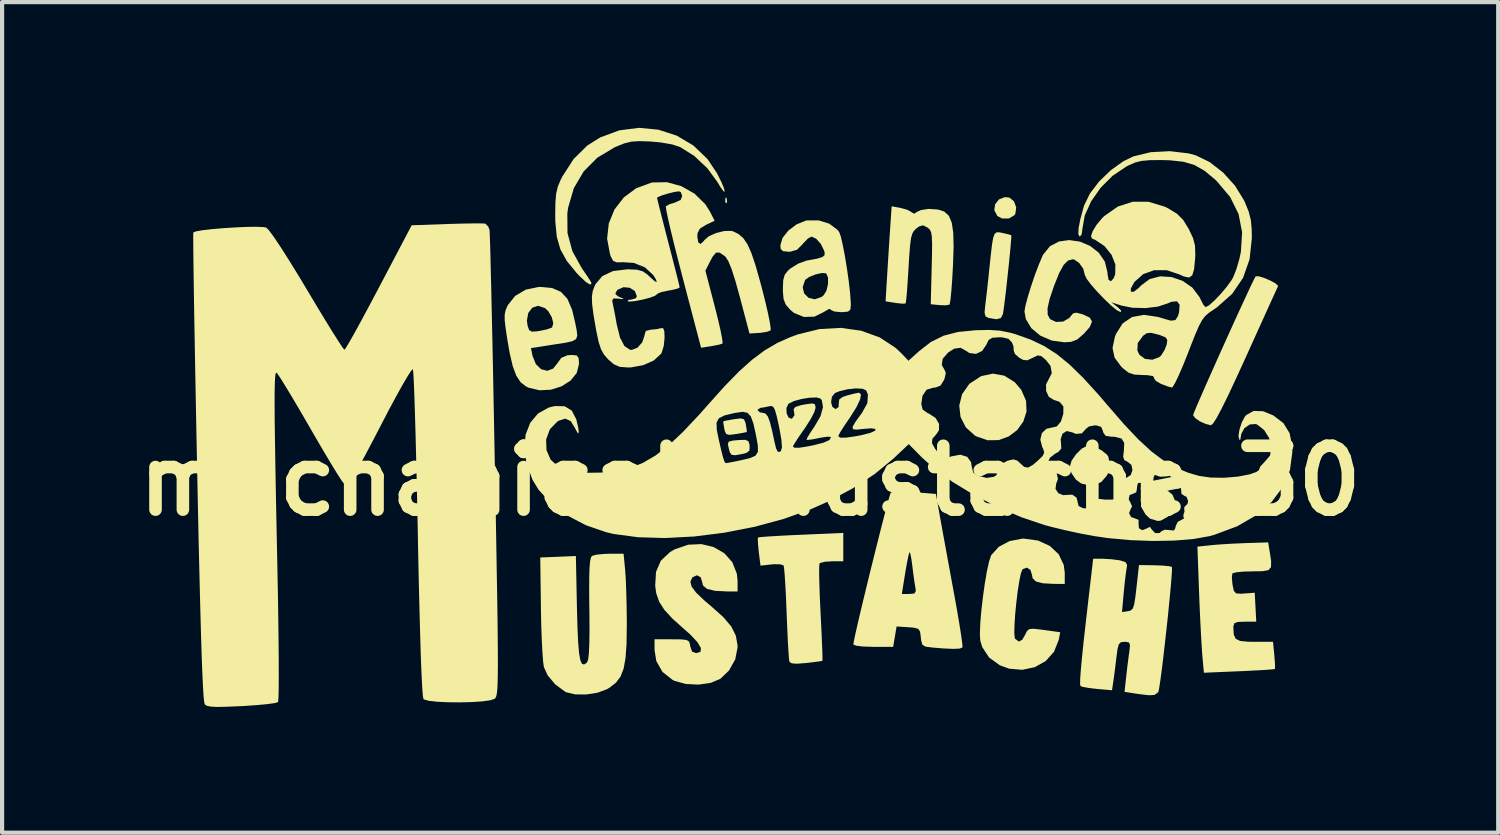
<source format=kicad_pcb>
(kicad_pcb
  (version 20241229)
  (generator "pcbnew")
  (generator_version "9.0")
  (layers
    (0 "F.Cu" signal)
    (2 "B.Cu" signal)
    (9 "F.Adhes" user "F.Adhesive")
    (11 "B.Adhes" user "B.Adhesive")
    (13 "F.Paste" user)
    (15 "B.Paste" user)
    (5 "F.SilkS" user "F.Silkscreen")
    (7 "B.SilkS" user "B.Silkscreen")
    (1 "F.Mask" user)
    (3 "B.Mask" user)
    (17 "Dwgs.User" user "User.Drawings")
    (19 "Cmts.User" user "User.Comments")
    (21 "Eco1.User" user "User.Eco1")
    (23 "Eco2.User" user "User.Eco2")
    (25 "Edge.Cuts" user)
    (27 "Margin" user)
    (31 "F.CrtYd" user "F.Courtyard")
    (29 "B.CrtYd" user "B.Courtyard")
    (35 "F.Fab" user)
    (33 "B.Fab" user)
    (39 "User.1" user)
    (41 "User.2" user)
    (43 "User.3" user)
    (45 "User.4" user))
  (footprint "mechanical_mustache_30"
    (layer "F.Cu")
    (at 14.848 8.42)
    (property "Reference" "mechanical_mustache_30" (at 0 0 0) (layer "F.SilkS") (effects (font (size 1.524 1.524) (thickness 0.3))))
    (attr board_only exclude_from_pos_files exclude_from_bom)
    (fp_poly (pts (xy -0.559 -6.737) (xy -0.552 -6.643) (xy -0.564 -6.621) (xy -0.591 -6.639) (xy -0.596 -6.7) (xy -0.581 -6.764)) (stroke (width 0) (type solid)) (fill yes) (layer "F.SilkS"))
    (fp_poly (pts (xy 6.187 -6.755) (xy 6.296 -6.666) (xy 6.348 -6.52) (xy 6.328 -6.372) (xy 6.304 -6.334) (xy 6.173 -6.258) (xy 6.011 -6.257) (xy 5.897 -6.317) (xy 5.825 -6.455) (xy 5.846 -6.598) (xy 5.938 -6.713) (xy 6.079 -6.767)) (stroke (width 0) (type solid)) (fill yes) (layer "F.SilkS"))
    (fp_poly (pts (xy -0.042 -0.944) (xy -0.014 -0.855) (xy -0.012 -0.834) (xy -0.017 -0.72) (xy -0.091 -0.663) (xy -0.184 -0.639) (xy -0.354 -0.609) (xy -0.441 -0.617) (xy -0.484 -0.676) (xy -0.507 -0.758) (xy -0.532 -0.873) (xy -0.512 -0.932) (xy -0.422 -0.957) (xy -0.27 -0.971) (xy -0.115 -0.976)) (stroke (width 0) (type solid)) (fill yes) (layer "F.SilkS"))
    (fp_poly (pts (xy 9.935 0.217) (xy 10.077 0.333) (xy 10.146 0.502) (xy 10.148 0.539) (xy 10.096 0.706) (xy 9.968 0.856) (xy 9.804 0.949) (xy 9.728 0.961) (xy 9.538 0.903) (xy 9.432 0.803) (xy 9.325 0.615) (xy 9.329 0.446) (xy 9.418 0.297) (xy 9.571 0.188) (xy 9.755 0.165)) (stroke (width 0) (type solid)) (fill yes) (layer "F.SilkS"))
    (fp_poly (pts (xy -0.148 -1.467) (xy -0.113 -1.388) (xy -0.103 -1.34) (xy -0.083 -1.216) (xy -0.08 -1.163) (xy -0.14 -1.149) (xy -0.277 -1.124) (xy -0.338 -1.114) (xy -0.495 -1.094) (xy -0.572 -1.115) (xy -0.607 -1.194) (xy -0.617 -1.242) (xy -0.638 -1.366) (xy -0.64 -1.419) (xy -0.581 -1.433) (xy -0.444 -1.458) (xy -0.383 -1.468) (xy -0.226 -1.488)) (stroke (width 0) (type solid)) (fill yes) (layer "F.SilkS"))
    (fp_poly (pts (xy 8.225 -0.806) (xy 8.39 -0.722) (xy 8.516 -0.619) (xy 8.549 -0.568) (xy 8.582 -0.341) (xy 8.519 -0.133) (xy 8.379 0.029) (xy 8.182 0.114) (xy 8.106 0.12) (xy 7.896 0.064) (xy 7.773 -0.027) (xy 7.67 -0.176) (xy 7.626 -0.329) (xy 7.626 -0.332) (xy 7.669 -0.477) (xy 7.777 -0.635) (xy 7.914 -0.768) (xy 8.047 -0.838) (xy 8.075 -0.841)) (stroke (width 0) (type solid)) (fill yes) (layer "F.SilkS"))
    (fp_poly (pts (xy 6.064 -2.507) (xy 6.313 -2.351) (xy 6.469 -2.168) (xy 6.583 -1.907) (xy 6.594 -1.65) (xy 6.517 -1.412) (xy 6.37 -1.208) (xy 6.168 -1.056) (xy 5.927 -0.969) (xy 5.663 -0.966) (xy 5.393 -1.06) (xy 5.362 -1.078) (xy 5.145 -1.274) (xy 5.019 -1.522) (xy 4.989 -1.794) (xy 5.056 -2.064) (xy 5.223 -2.302) (xy 5.243 -2.321) (xy 5.509 -2.495) (xy 5.79 -2.556)) (stroke (width 0) (type solid)) (fill yes) (layer "F.SilkS"))
    (fp_poly (pts (xy 6.022 -5.912) (xy 6.158 -5.88) (xy 6.229 -5.858) (xy 6.231 -5.857) (xy 6.23 -5.796) (xy 6.218 -5.64) (xy 6.197 -5.415) (xy 6.17 -5.145) (xy 6.139 -4.855) (xy 6.108 -4.569) (xy 6.077 -4.312) (xy 6.051 -4.109) (xy 6.032 -3.986) (xy 6.031 -3.978) (xy 5.982 -3.881) (xy 5.873 -3.853) (xy 5.683 -3.886) (xy 5.614 -3.924) (xy 5.593 -4.012) (xy 5.607 -4.164) (xy 5.627 -4.331) (xy 5.656 -4.579) (xy 5.687 -4.867) (xy 5.705 -5.044) (xy 5.742 -5.392) (xy 5.771 -5.638) (xy 5.799 -5.798) (xy 5.833 -5.888) (xy 5.878 -5.926) (xy 5.941 -5.928)) (stroke (width 0) (type solid)) (fill yes) (layer "F.SilkS"))
    (fp_poly (pts (xy 12.259 -4.841) (xy 12.405 -4.779) (xy 12.53 -4.711) (xy 12.594 -4.654) (xy 12.594 -4.64) (xy 12.564 -4.575) (xy 12.491 -4.415) (xy 12.381 -4.174) (xy 12.241 -3.865) (xy 12.076 -3.501) (xy 11.894 -3.098) (xy 11.83 -2.957) (xy 11.593 -2.439) (xy 11.399 -2.026) (xy 11.245 -1.713) (xy 11.128 -1.496) (xy 11.046 -1.368) (xy 10.996 -1.324) (xy 10.994 -1.323) (xy 10.875 -1.353) (xy 10.733 -1.415) (xy 10.618 -1.495) (xy 10.568 -1.564) (xy 10.568 -1.565) (xy 10.592 -1.632) (xy 10.659 -1.792) (xy 10.761 -2.028) (xy 10.89 -2.322) (xy 11.04 -2.659) (xy 11.202 -3.022) (xy 11.369 -3.393) (xy 11.534 -3.757) (xy 11.689 -4.096) (xy 11.827 -4.394) (xy 11.939 -4.634) (xy 12.019 -4.8) (xy 12.059 -4.874) (xy 12.06 -4.876) (xy 12.131 -4.879)) (stroke (width 0) (type solid)) (fill yes) (layer "F.SilkS"))
    (fp_poly (pts (xy 2.222 1.922) (xy 1.955 1.922) (xy 1.786 1.933) (xy 1.674 1.961) (xy 1.655 1.976) (xy 1.647 2.05) (xy 1.646 2.225) (xy 1.652 2.48) (xy 1.663 2.796) (xy 1.68 3.153) (xy 1.68 3.158) (xy 1.698 3.512) (xy 1.712 3.821) (xy 1.722 4.068) (xy 1.726 4.232) (xy 1.725 4.297) (xy 1.725 4.297) (xy 1.663 4.308) (xy 1.515 4.328) (xy 1.335 4.349) (xy 1.114 4.366) (xy 0.989 4.356) (xy 0.936 4.317) (xy 0.935 4.311) (xy 0.925 4.229) (xy 0.912 4.046) (xy 0.897 3.786) (xy 0.883 3.468) (xy 0.87 3.154) (xy 0.856 2.804) (xy 0.84 2.496) (xy 0.824 2.249) (xy 0.809 2.083) (xy 0.798 2.021) (xy 0.723 1.995) (xy 0.575 1.991) (xy 0.506 1.997) (xy 0.247 2.026) (xy 0.206 1.701) (xy 0.188 1.517) (xy 0.182 1.39) (xy 0.188 1.354) (xy 0.252 1.344) (xy 0.416 1.331) (xy 0.66 1.316) (xy 0.963 1.3) (xy 1.216 1.289) (xy 2.222 1.245)) (stroke (width 0) (type solid)) (fill yes) (layer "F.SilkS"))
    (fp_poly (pts (xy -2.19 -8.376) (xy -1.752 -8.234) (xy -1.355 -7.999) (xy -1.018 -7.675) (xy -0.791 -7.337) (xy -0.686 -7.126) (xy -0.624 -6.976) (xy -0.606 -6.898) (xy -0.632 -6.903) (xy -0.705 -7.001) (xy -0.778 -7.123) (xy -1.023 -7.458) (xy -1.337 -7.752) (xy -1.673 -7.963) (xy -1.864 -8.025) (xy -2.134 -8.072) (xy -2.379 -8.094) (xy -2.641 -8.103) (xy -2.833 -8.091) (xy -3.003 -8.049) (xy -3.2 -7.97) (xy -3.234 -7.955) (xy -3.646 -7.708) (xy -3.972 -7.38) (xy -4.207 -6.98) (xy -4.342 -6.519) (xy -4.362 -6.378) (xy -4.358 -5.911) (xy -4.242 -5.477) (xy -4.018 -5.073) (xy -3.9 -4.902) (xy -3.816 -4.772) (xy -3.783 -4.711) (xy -3.783 -4.711) (xy -3.818 -4.68) (xy -3.917 -4.74) (xy -4.072 -4.885) (xy -4.141 -4.958) (xy -4.373 -5.241) (xy -4.526 -5.516) (xy -4.614 -5.82) (xy -4.649 -6.187) (xy -4.651 -6.365) (xy -4.646 -6.65) (xy -4.628 -6.853) (xy -4.59 -7.014) (xy -4.525 -7.172) (xy -4.484 -7.253) (xy -4.213 -7.675) (xy -3.886 -7.997) (xy -3.578 -8.191) (xy -3.121 -8.36) (xy -2.652 -8.42)) (stroke (width 0) (type solid)) (fill yes) (layer "F.SilkS"))
    (fp_poly (pts (xy -2.981 2.147) (xy -2.967 2.358) (xy -2.956 2.654) (xy -2.947 2.999) (xy -2.943 3.358) (xy -2.943 3.449) (xy -2.949 3.889) (xy -2.973 4.227) (xy -3.019 4.483) (xy -3.093 4.674) (xy -3.202 4.818) (xy -3.35 4.934) (xy -3.416 4.973) (xy -3.638 5.057) (xy -3.906 5.099) (xy -4.17 5.098) (xy -4.382 5.049) (xy -4.413 5.034) (xy -4.65 4.86) (xy -4.833 4.641) (xy -4.921 4.446) (xy -4.939 4.321) (xy -4.956 4.098) (xy -4.972 3.8) (xy -4.984 3.449) (xy -4.992 3.068) (xy -4.992 3.032) (xy -5.008 1.831) (xy -4.583 1.814) (xy -4.158 1.796) (xy -4.133 3.03) (xy -4.12 3.497) (xy -4.104 3.854) (xy -4.082 4.111) (xy -4.053 4.278) (xy -4.014 4.366) (xy -3.964 4.385) (xy -3.901 4.345) (xy -3.892 4.336) (xy -3.866 4.268) (xy -3.848 4.117) (xy -3.837 3.875) (xy -3.833 3.532) (xy -3.836 3.078) (xy -3.837 3.055) (xy -3.841 2.624) (xy -3.839 2.3) (xy -3.832 2.068) (xy -3.818 1.915) (xy -3.797 1.827) (xy -3.773 1.794) (xy -3.671 1.765) (xy -3.495 1.747) (xy -3.356 1.742) (xy -3.02 1.741)) (stroke (width 0) (type solid)) (fill yes) (layer "F.SilkS"))
    (fp_poly (pts (xy 12.394 1.681) (xy 12.43 1.918) (xy 12.427 2.06) (xy 12.366 2.133) (xy 12.226 2.158) (xy 11.986 2.162) (xy 11.983 2.162) (xy 11.763 2.168) (xy 11.594 2.185) (xy 11.508 2.209) (xy 11.505 2.212) (xy 11.493 2.3) (xy 11.505 2.452) (xy 11.51 2.486) (xy 11.539 2.626) (xy 11.593 2.687) (xy 11.709 2.696) (xy 11.793 2.69) (xy 12.039 2.672) (xy 12.057 3.017) (xy 12.075 3.363) (xy 11.802 3.363) (xy 11.634 3.369) (xy 11.554 3.399) (xy 11.53 3.47) (xy 11.529 3.508) (xy 11.539 3.671) (xy 11.585 3.771) (xy 11.69 3.822) (xy 11.877 3.841) (xy 12.038 3.843) (xy 12.475 3.843) (xy 12.506 4.158) (xy 12.52 4.338) (xy 12.524 4.46) (xy 12.52 4.492) (xy 12.458 4.5) (xy 12.297 4.513) (xy 12.061 4.526) (xy 11.77 4.541) (xy 11.665 4.545) (xy 10.826 4.581) (xy 10.788 4.167) (xy 10.774 3.968) (xy 10.757 3.678) (xy 10.739 3.328) (xy 10.722 2.947) (xy 10.711 2.662) (xy 10.671 1.572) (xy 10.995 1.538) (xy 11.214 1.519) (xy 11.498 1.502) (xy 11.791 1.489) (xy 11.839 1.487) (xy 12.359 1.471)) (stroke (width 0) (type solid)) (fill yes) (layer "F.SilkS"))
    (fp_poly (pts (xy 6.869 1.427) (xy 7.151 1.556) (xy 7.361 1.754) (xy 7.482 2.008) (xy 7.506 2.196) (xy 7.506 2.462) (xy 7.251 2.461) (xy 6.984 2.447) (xy 6.818 2.404) (xy 6.739 2.325) (xy 6.725 2.251) (xy 6.688 2.128) (xy 6.601 2.073) (xy 6.504 2.109) (xy 6.494 2.121) (xy 6.458 2.215) (xy 6.421 2.397) (xy 6.383 2.639) (xy 6.35 2.912) (xy 6.323 3.189) (xy 6.307 3.44) (xy 6.302 3.638) (xy 6.314 3.754) (xy 6.32 3.768) (xy 6.41 3.837) (xy 6.492 3.795) (xy 6.56 3.676) (xy 6.605 3.586) (xy 6.66 3.541) (xy 6.757 3.531) (xy 6.928 3.55) (xy 7.017 3.562) (xy 7.398 3.615) (xy 7.361 3.801) (xy 7.249 4.082) (xy 7.052 4.301) (xy 6.793 4.447) (xy 6.494 4.511) (xy 6.178 4.484) (xy 5.957 4.403) (xy 5.702 4.219) (xy 5.537 3.969) (xy 5.491 3.817) (xy 5.481 3.654) (xy 5.49 3.408) (xy 5.515 3.108) (xy 5.553 2.781) (xy 5.598 2.456) (xy 5.648 2.163) (xy 5.7 1.929) (xy 5.748 1.784) (xy 5.753 1.774) (xy 5.932 1.576) (xy 6.19 1.44) (xy 6.492 1.382) (xy 6.532 1.381)) (stroke (width 0) (type solid)) (fill yes) (layer "F.SilkS"))
    (fp_poly (pts (xy 3.594 -6.508) (xy 3.749 -6.465) (xy 3.848 -6.411) (xy 3.856 -6.402) (xy 3.918 -6.371) (xy 3.973 -6.411) (xy 4.078 -6.459) (xy 4.244 -6.484) (xy 4.279 -6.485) (xy 4.481 -6.471) (xy 4.633 -6.421) (xy 4.741 -6.321) (xy 4.81 -6.157) (xy 4.846 -5.916) (xy 4.854 -5.584) (xy 4.84 -5.148) (xy 4.838 -5.116) (xy 4.821 -4.803) (xy 4.801 -4.534) (xy 4.781 -4.332) (xy 4.762 -4.218) (xy 4.755 -4.202) (xy 4.672 -4.186) (xy 4.526 -4.19) (xy 4.511 -4.191) (xy 4.309 -4.212) (xy 4.331 -5.085) (xy 4.339 -5.426) (xy 4.341 -5.668) (xy 4.334 -5.829) (xy 4.317 -5.93) (xy 4.287 -5.991) (xy 4.243 -6.032) (xy 4.227 -6.043) (xy 4.123 -6.094) (xy 4.031 -6.067) (xy 3.963 -6.017) (xy 3.908 -5.963) (xy 3.867 -5.893) (xy 3.838 -5.784) (xy 3.816 -5.616) (xy 3.796 -5.367) (xy 3.779 -5.079) (xy 3.76 -4.777) (xy 3.742 -4.522) (xy 3.725 -4.334) (xy 3.712 -4.238) (xy 3.709 -4.23) (xy 3.641 -4.224) (xy 3.501 -4.238) (xy 3.459 -4.244) (xy 3.231 -4.281) (xy 3.268 -4.888) (xy 3.289 -5.226) (xy 3.312 -5.596) (xy 3.334 -5.931) (xy 3.34 -6.021) (xy 3.376 -6.548)) (stroke (width 0) (type solid)) (fill yes) (layer "F.SilkS"))
    (fp_poly (pts (xy -0.867 1.584) (xy -0.615 1.731) (xy -0.425 1.945) (xy -0.318 2.216) (xy -0.3 2.387) (xy -0.3 2.642) (xy -0.533 2.642) (xy -0.834 2.627) (xy -1.028 2.581) (xy -1.125 2.5) (xy -1.141 2.431) (xy -1.179 2.305) (xy -1.269 2.255) (xy -1.372 2.301) (xy -1.382 2.313) (xy -1.426 2.409) (xy -1.398 2.523) (xy -1.291 2.668) (xy -1.096 2.854) (xy -0.924 3) (xy -0.639 3.255) (xy -0.45 3.479) (xy -0.342 3.696) (xy -0.301 3.925) (xy -0.3 3.976) (xy -0.355 4.26) (xy -0.503 4.526) (xy -0.714 4.728) (xy -0.944 4.823) (xy -1.234 4.864) (xy -1.535 4.849) (xy -1.802 4.776) (xy -1.849 4.753) (xy -2.092 4.561) (xy -2.239 4.302) (xy -2.281 4.038) (xy -2.282 3.783) (xy -1.865 3.783) (xy -1.647 3.785) (xy -1.521 3.799) (xy -1.46 3.834) (xy -1.436 3.901) (xy -1.43 3.948) (xy -1.386 4.077) (xy -1.291 4.113) (xy -1.184 4.082) (xy -1.175 3.992) (xy -1.258 3.851) (xy -1.432 3.666) (xy -1.561 3.552) (xy -1.847 3.297) (xy -2.045 3.083) (xy -2.171 2.886) (xy -2.241 2.684) (xy -2.266 2.506) (xy -2.246 2.173) (xy -2.13 1.907) (xy -1.911 1.701) (xy -1.799 1.636) (xy -1.479 1.526) (xy -1.162 1.512)) (stroke (width 0) (type solid)) (fill yes) (layer "F.SilkS"))
    (fp_poly (pts (xy -4.722 -4.597) (xy -4.513 -4.506) (xy -4.359 -4.338) (xy -4.247 -4.076) (xy -4.177 -3.781) (xy -4.139 -3.59) (xy -4.125 -3.463) (xy -4.152 -3.382) (xy -4.238 -3.331) (xy -4.401 -3.293) (xy -4.658 -3.254) (xy -4.762 -3.238) (xy -5.23 -3.165) (xy -5.192 -2.979) (xy -5.113 -2.783) (xy -4.987 -2.661) (xy -4.84 -2.623) (xy -4.7 -2.676) (xy -4.613 -2.785) (xy -4.505 -2.933) (xy -4.359 -2.994) (xy -4.248 -3.001) (xy -4.138 -2.989) (xy -4.092 -2.927) (xy -4.083 -2.786) (xy -4.138 -2.571) (xy -4.285 -2.389) (xy -4.499 -2.253) (xy -4.754 -2.172) (xy -5.024 -2.158) (xy -5.286 -2.22) (xy -5.351 -2.252) (xy -5.477 -2.35) (xy -5.579 -2.505) (xy -5.664 -2.732) (xy -5.738 -3.049) (xy -5.791 -3.353) (xy -5.834 -3.635) (xy -5.855 -3.819) (xy -5.327 -3.819) (xy -5.309 -3.694) (xy -5.274 -3.595) (xy -5.211 -3.557) (xy -5.08 -3.566) (xy -5.021 -3.575) (xy -4.855 -3.61) (xy -4.742 -3.649) (xy -4.725 -3.66) (xy -4.697 -3.759) (xy -4.733 -3.901) (xy -4.814 -4.042) (xy -4.897 -4.121) (xy -5.06 -4.174) (xy -5.199 -4.128) (xy -5.294 -4.003) (xy -5.327 -3.819) (xy -5.855 -3.819) (xy -5.856 -3.828) (xy -5.857 -3.96) (xy -5.837 -4.062) (xy -5.796 -4.161) (xy -5.782 -4.189) (xy -5.608 -4.409) (xy -5.355 -4.559) (xy -5.052 -4.622) (xy -5.003 -4.624)) (stroke (width 0) (type solid)) (fill yes) (layer "F.SilkS"))
    (fp_poly (pts (xy 8.62 1.873) (xy 8.821 1.899) (xy 8.824 1.9) (xy 8.955 1.941) (xy 8.994 2.009) (xy 8.986 2.065) (xy 8.967 2.184) (xy 8.942 2.384) (xy 8.918 2.623) (xy 8.914 2.662) (xy 8.872 3.133) (xy 9.015 3.113) (xy 9.083 3.094) (xy 9.13 3.047) (xy 9.163 2.948) (xy 9.191 2.771) (xy 9.217 2.552) (xy 9.277 2.012) (xy 9.653 2.017) (xy 9.855 2.025) (xy 10.003 2.04) (xy 10.062 2.056) (xy 10.065 2.122) (xy 10.055 2.288) (xy 10.035 2.533) (xy 10.006 2.837) (xy 9.972 3.182) (xy 9.933 3.547) (xy 9.892 3.912) (xy 9.852 4.258) (xy 9.814 4.564) (xy 9.78 4.811) (xy 9.753 4.979) (xy 9.738 5.044) (xy 9.646 5.111) (xy 9.517 5.118) (xy 9.323 5.096) (xy 9.135 5.069) (xy 8.932 5.036) (xy 8.973 4.665) (xy 9.001 4.421) (xy 9.031 4.189) (xy 9.048 4.068) (xy 9.063 3.921) (xy 9.037 3.858) (xy 8.95 3.843) (xy 8.932 3.843) (xy 8.845 3.853) (xy 8.795 3.903) (xy 8.764 4.021) (xy 8.742 4.188) (xy 8.713 4.429) (xy 8.683 4.663) (xy 8.668 4.766) (xy 8.634 4.999) (xy 8.275 4.967) (xy 8.079 4.944) (xy 7.934 4.918) (xy 7.882 4.899) (xy 7.872 4.851) (xy 7.874 4.729) (xy 7.889 4.527) (xy 7.915 4.237) (xy 7.955 3.851) (xy 8.01 3.362) (xy 8.079 2.762) (xy 8.088 2.687) (xy 8.184 1.861) (xy 8.408 1.861)) (stroke (width 0) (type solid)) (fill yes) (layer "F.SilkS"))
    (fp_poly (pts (xy 3.828 0.268) (xy 3.919 0.274) (xy 4.432 0.316) (xy 4.535 0.893) (xy 4.579 1.137) (xy 4.64 1.469) (xy 4.711 1.859) (xy 4.788 2.277) (xy 4.864 2.693) (xy 4.866 2.701) (xy 4.933 3.071) (xy 4.989 3.401) (xy 5.032 3.673) (xy 5.059 3.868) (xy 5.067 3.969) (xy 5.065 3.977) (xy 5.002 4.004) (xy 4.849 4.012) (xy 4.596 4) (xy 4.342 3.979) (xy 4.182 3.958) (xy 4.107 3.91) (xy 4.078 3.802) (xy 4.072 3.735) (xy 4.054 3.6) (xy 4.008 3.532) (xy 3.9 3.505) (xy 3.774 3.495) (xy 3.494 3.477) (xy 3.453 3.72) (xy 3.412 3.963) (xy 2.937 3.963) (xy 2.701 3.956) (xy 2.535 3.937) (xy 2.463 3.908) (xy 2.462 3.903) (xy 2.476 3.817) (xy 2.515 3.635) (xy 2.574 3.375) (xy 2.65 3.053) (xy 2.734 2.702) (xy 3.619 2.702) (xy 3.796 2.702) (xy 3.919 2.69) (xy 3.953 2.63) (xy 3.94 2.537) (xy 3.915 2.384) (xy 3.886 2.17) (xy 3.868 2.024) (xy 3.843 1.843) (xy 3.818 1.728) (xy 3.802 1.702) (xy 3.781 1.77) (xy 3.748 1.927) (xy 3.709 2.142) (xy 3.697 2.216) (xy 3.619 2.702) (xy 2.734 2.702) (xy 2.738 2.687) (xy 2.833 2.295) (xy 2.932 1.895) (xy 3.03 1.503) (xy 3.122 1.138) (xy 3.205 0.816) (xy 3.274 0.555) (xy 3.325 0.373) (xy 3.353 0.287) (xy 3.356 0.283) (xy 3.435 0.265) (xy 3.603 0.259)) (stroke (width 0) (type solid)) (fill yes) (layer "F.SilkS"))
    (fp_poly (pts (xy 1.888 -6.133) (xy 2.083 -5.987) (xy 2.123 -5.935) (xy 2.163 -5.828) (xy 2.209 -5.629) (xy 2.259 -5.368) (xy 2.308 -5.073) (xy 2.351 -4.771) (xy 2.383 -4.492) (xy 2.4 -4.263) (xy 2.402 -4.191) (xy 2.391 -4.083) (xy 2.336 -4.035) (xy 2.202 -4.023) (xy 2.162 -4.023) (xy 2.011 -4.037) (xy 1.928 -4.073) (xy 1.922 -4.088) (xy 1.882 -4.099) (xy 1.784 -4.043) (xy 1.763 -4.028) (xy 1.532 -3.915) (xy 1.281 -3.908) (xy 1.046 -4.004) (xy 0.956 -4.079) (xy 0.85 -4.202) (xy 0.798 -4.331) (xy 0.781 -4.514) (xy 0.781 -4.584) (xy 0.782 -4.616) (xy 1.253 -4.616) (xy 1.289 -4.467) (xy 1.394 -4.364) (xy 1.54 -4.329) (xy 1.702 -4.384) (xy 1.752 -4.423) (xy 1.821 -4.536) (xy 1.858 -4.695) (xy 1.858 -4.847) (xy 1.816 -4.944) (xy 1.81 -4.949) (xy 1.711 -4.956) (xy 1.56 -4.922) (xy 1.411 -4.863) (xy 1.315 -4.795) (xy 1.311 -4.79) (xy 1.253 -4.616) (xy 0.782 -4.616) (xy 0.789 -4.785) (xy 0.824 -4.913) (xy 0.904 -5.015) (xy 0.963 -5.066) (xy 1.146 -5.18) (xy 1.35 -5.254) (xy 1.368 -5.257) (xy 1.594 -5.298) (xy 1.722 -5.336) (xy 1.776 -5.382) (xy 1.776 -5.45) (xy 1.767 -5.484) (xy 1.687 -5.649) (xy 1.574 -5.775) (xy 1.464 -5.825) (xy 1.379 -5.78) (xy 1.271 -5.67) (xy 1.251 -5.644) (xy 1.118 -5.511) (xy 0.958 -5.465) (xy 0.919 -5.464) (xy 0.783 -5.477) (xy 0.728 -5.533) (xy 0.721 -5.62) (xy 0.774 -5.795) (xy 0.913 -5.97) (xy 1.107 -6.116) (xy 1.326 -6.205) (xy 1.36 -6.211) (xy 1.634 -6.212)) (stroke (width 0) (type solid)) (fill yes) (layer "F.SilkS"))
    (fp_poly (pts (xy -6.334 -6.136) (xy -6.319 -6.133) (xy -6.248 -6.063) (xy -6.218 -5.983) (xy -6.214 -5.905) (xy -6.207 -5.716) (xy -6.198 -5.424) (xy -6.189 -5.038) (xy -6.177 -4.567) (xy -6.165 -4.019) (xy -6.151 -3.403) (xy -6.137 -2.727) (xy -6.123 -2.001) (xy -6.108 -1.233) (xy -6.093 -0.431) (xy -6.091 -0.365) (xy -6.074 0.572) (xy -6.059 1.395) (xy -6.047 2.114) (xy -6.036 2.734) (xy -6.028 3.264) (xy -6.023 3.71) (xy -6.02 4.08) (xy -6.019 4.382) (xy -6.021 4.622) (xy -6.025 4.808) (xy -6.031 4.948) (xy -6.04 5.049) (xy -6.051 5.117) (xy -6.065 5.161) (xy -6.081 5.188) (xy -6.099 5.204) (xy -6.205 5.239) (xy -6.398 5.265) (xy -6.649 5.281) (xy -6.929 5.288) (xy -7.211 5.285) (xy -7.466 5.273) (xy -7.665 5.251) (xy -7.78 5.219) (xy -7.794 5.209) (xy -7.809 5.132) (xy -7.824 4.938) (xy -7.84 4.631) (xy -7.857 4.214) (xy -7.873 3.689) (xy -7.89 3.061) (xy -7.908 2.332) (xy -7.925 1.506) (xy -7.929 1.261) (xy -7.943 0.589) (xy -7.957 -0.047) (xy -7.971 -0.637) (xy -7.985 -1.172) (xy -7.999 -1.641) (xy -8.012 -2.034) (xy -8.024 -2.34) (xy -8.035 -2.55) (xy -8.045 -2.653) (xy -8.048 -2.662) (xy -8.086 -2.626) (xy -8.171 -2.496) (xy -8.294 -2.287) (xy -8.446 -2.013) (xy -8.621 -1.688) (xy -8.739 -1.461) (xy -8.977 -1.002) (xy -9.168 -0.64) (xy -9.317 -0.364) (xy -9.432 -0.165) (xy -9.518 -0.031) (xy -9.583 0.046) (xy -9.632 0.078) (xy -9.673 0.075) (xy -9.701 0.057) (xy -9.752 -0.012) (xy -9.854 -0.17) (xy -9.997 -0.403) (xy -10.171 -0.695) (xy -10.368 -1.031) (xy -10.521 -1.296) (xy -10.726 -1.65) (xy -10.913 -1.966) (xy -11.073 -2.232) (xy -11.197 -2.432) (xy -11.277 -2.552) (xy -11.304 -2.581) (xy -11.318 -2.565) (xy -11.329 -2.512) (xy -11.337 -2.414) (xy -11.343 -2.264) (xy -11.346 -2.055) (xy -11.346 -1.78) (xy -11.344 -1.43) (xy -11.338 -1) (xy -11.33 -0.481) (xy -11.319 0.134) (xy -11.305 0.852) (xy -11.288 1.68) (xy -11.282 1.971) (xy -11.269 2.632) (xy -11.259 3.242) (xy -11.252 3.789) (xy -11.248 4.266) (xy -11.247 4.663) (xy -11.249 4.969) (xy -11.254 5.177) (xy -11.263 5.276) (xy -11.266 5.283) (xy -11.343 5.305) (xy -11.515 5.329) (xy -11.761 5.352) (xy -12.055 5.373) (xy -12.131 5.377) (xy -12.472 5.392) (xy -12.712 5.397) (xy -12.87 5.389) (xy -12.964 5.369) (xy -13.013 5.335) (xy -13.026 5.279) (xy -13.041 5.138) (xy -13.055 4.911) (xy -13.07 4.594) (xy -13.086 4.181) (xy -13.102 3.671) (xy -13.119 3.058) (xy -13.137 2.34) (xy -13.157 1.513) (xy -13.177 0.572) (xy -13.195 -0.301) (xy -13.211 -1.108) (xy -13.226 -1.882) (xy -13.24 -2.613) (xy -13.252 -3.293) (xy -13.263 -3.914) (xy -13.272 -4.467) (xy -13.279 -4.944) (xy -13.284 -5.336) (xy -13.287 -5.635) (xy -13.288 -5.832) (xy -13.286 -5.919) (xy -13.286 -5.923) (xy -13.221 -5.95) (xy -13.063 -5.977) (xy -12.837 -6.003) (xy -12.57 -6.026) (xy -12.288 -6.044) (xy -12.016 -6.056) (xy -11.782 -6.059) (xy -11.612 -6.052) (xy -11.548 -6.041) (xy -11.484 -5.979) (xy -11.369 -5.823) (xy -11.208 -5.584) (xy -11.008 -5.27) (xy -10.776 -4.894) (xy -10.578 -4.564) (xy -10.354 -4.189) (xy -10.15 -3.852) (xy -9.972 -3.563) (xy -9.829 -3.337) (xy -9.73 -3.186) (xy -9.682 -3.125) (xy -9.68 -3.124) (xy -9.642 -3.175) (xy -9.556 -3.32) (xy -9.43 -3.543) (xy -9.271 -3.833) (xy -9.087 -4.176) (xy -8.885 -4.557) (xy -8.857 -4.61) (xy -8.076 -6.095) (xy -7.236 -6.125) (xy -6.926 -6.134) (xy -6.656 -6.139) (xy -6.451 -6.14)) (stroke (width 0) (type solid)) (fill yes) (layer "F.SilkS"))
    (fp_poly (pts (xy -1.643 -7.029) (xy -1.328 -6.85) (xy -1.073 -6.601) (xy -0.963 -6.429) (xy -0.848 -6.204) (xy -1.054 -6.105) (xy -1.197 -6.017) (xy -1.254 -5.911) (xy -1.261 -5.826) (xy -1.238 -5.686) (xy -1.181 -5.649) (xy -1.104 -5.722) (xy -1.095 -5.738) (xy -0.988 -5.832) (xy -0.811 -5.911) (xy -0.613 -5.959) (xy -0.443 -5.96) (xy -0.407 -5.95) (xy -0.275 -5.884) (xy -0.163 -5.787) (xy -0.065 -5.643) (xy 0.028 -5.436) (xy 0.125 -5.149) (xy 0.234 -4.766) (xy 0.276 -4.61) (xy 0.359 -4.284) (xy 0.425 -3.999) (xy 0.47 -3.774) (xy 0.491 -3.63) (xy 0.488 -3.587) (xy 0.404 -3.554) (xy 0.252 -3.53) (xy 0.214 -3.527) (xy -0.016 -3.513) (xy -0.246 -4.383) (xy -0.353 -4.768) (xy -0.442 -5.047) (xy -0.518 -5.234) (xy -0.586 -5.341) (xy -0.605 -5.359) (xy -0.728 -5.443) (xy -0.814 -5.443) (xy -0.895 -5.347) (xy -0.953 -5.239) (xy -1.068 -5.013) (xy -0.844 -4.156) (xy -0.768 -3.853) (xy -0.708 -3.593) (xy -0.67 -3.398) (xy -0.657 -3.289) (xy -0.661 -3.272) (xy -0.742 -3.247) (xy -0.892 -3.217) (xy -0.936 -3.21) (xy -1.171 -3.173) (xy -1.607 -4.833) (xy -1.718 -5.262) (xy -1.817 -5.653) (xy -1.899 -5.991) (xy -1.961 -6.262) (xy -2 -6.45) (xy -2.013 -6.54) (xy -2.012 -6.545) (xy -1.936 -6.593) (xy -1.801 -6.635) (xy -1.659 -6.698) (xy -1.621 -6.79) (xy -1.654 -6.885) (xy -1.696 -6.905) (xy -1.806 -6.89) (xy -1.957 -6.853) (xy -2.104 -6.808) (xy -2.203 -6.767) (xy -2.222 -6.75) (xy -2.207 -6.686) (xy -2.167 -6.524) (xy -2.106 -6.284) (xy -2.03 -5.985) (xy -1.952 -5.684) (xy -1.865 -5.349) (xy -1.789 -5.054) (xy -1.73 -4.821) (xy -1.693 -4.667) (xy -1.681 -4.612) (xy -1.735 -4.583) (xy -1.87 -4.551) (xy -1.952 -4.537) (xy -2.112 -4.503) (xy -2.209 -4.465) (xy -2.222 -4.449) (xy -2.275 -4.41) (xy -2.406 -4.363) (xy -2.577 -4.319) (xy -2.747 -4.286) (xy -2.877 -4.274) (xy -2.923 -4.284) (xy -2.905 -4.314) (xy -2.832 -4.323) (xy -2.729 -4.354) (xy -2.702 -4.401) (xy -2.752 -4.527) (xy -2.873 -4.604) (xy -3.022 -4.618) (xy -3.157 -4.559) (xy -3.182 -4.534) (xy -3.218 -4.46) (xy -3.158 -4.403) (xy -3.114 -4.383) (xy -3.023 -4.34) (xy -3.038 -4.331) (xy -3.142 -4.345) (xy -3.26 -4.35) (xy -3.291 -4.302) (xy -3.281 -4.241) (xy -3.255 -4.116) (xy -3.217 -3.919) (xy -3.182 -3.723) (xy -3.104 -3.412) (xy -3 -3.214) (xy -2.869 -3.127) (xy -2.822 -3.122) (xy -2.688 -3.175) (xy -2.575 -3.301) (xy -2.522 -3.458) (xy -2.522 -3.472) (xy -2.49 -3.574) (xy -2.377 -3.603) (xy -2.221 -3.618) (xy -2.137 -3.639) (xy -2.077 -3.641) (xy -2.048 -3.57) (xy -2.042 -3.412) (xy -2.061 -3.218) (xy -2.111 -3.056) (xy -2.13 -3.024) (xy -2.302 -2.868) (xy -2.553 -2.757) (xy -2.844 -2.704) (xy -2.912 -2.702) (xy -3.111 -2.717) (xy -3.255 -2.78) (xy -3.389 -2.897) (xy -3.487 -3.01) (xy -3.558 -3.136) (xy -3.614 -3.307) (xy -3.667 -3.555) (xy -3.683 -3.641) (xy -3.74 -3.976) (xy -3.771 -4.219) (xy -3.776 -4.396) (xy -3.754 -4.534) (xy -3.706 -4.657) (xy -3.692 -4.686) (xy -3.527 -4.883) (xy -3.275 -5.002) (xy -2.933 -5.044) (xy -2.911 -5.044) (xy -2.701 -5.035) (xy -2.562 -4.997) (xy -2.445 -4.914) (xy -2.397 -4.868) (xy -2.276 -4.759) (xy -2.226 -4.742) (xy -2.253 -4.814) (xy -2.315 -4.911) (xy -2.511 -5.091) (xy -2.773 -5.196) (xy -3.023 -5.214) (xy -3.184 -5.21) (xy -3.27 -5.247) (xy -3.325 -5.35) (xy -3.344 -5.405) (xy -3.413 -5.776) (xy -3.373 -6.138) (xy -3.237 -6.472) (xy -3.016 -6.758) (xy -2.722 -6.977) (xy -2.366 -7.109) (xy -2.328 -7.117) (xy -1.986 -7.123)) (stroke (width 0) (type solid)) (fill yes) (layer "F.SilkS"))
    (fp_poly (pts (xy 10.455 -7.811) (xy 10.631 -7.764) (xy 10.963 -7.603) (xy 11.286 -7.352) (xy 11.569 -7.038) (xy 11.785 -6.687) (xy 11.801 -6.652) (xy 11.894 -6.424) (xy 11.946 -6.221) (xy 11.967 -5.989) (xy 11.97 -5.789) (xy 11.916 -5.284) (xy 11.76 -4.841) (xy 11.501 -4.46) (xy 11.138 -4.138) (xy 11.058 -4.083) (xy 10.947 -4.008) (xy 10.86 -3.932) (xy 10.786 -3.837) (xy 10.711 -3.7) (xy 10.624 -3.501) (xy 10.513 -3.22) (xy 10.452 -3.061) (xy 10.335 -2.768) (xy 10.228 -2.52) (xy 10.14 -2.336) (xy 10.08 -2.237) (xy 10.063 -2.224) (xy 9.968 -2.248) (xy 9.82 -2.304) (xy 9.798 -2.313) (xy 9.678 -2.384) (xy 9.633 -2.45) (xy 9.637 -2.461) (xy 9.608 -2.499) (xy 9.471 -2.519) (xy 9.365 -2.522) (xy 9.164 -2.533) (xy 9.025 -2.58) (xy 8.89 -2.687) (xy 8.851 -2.726) (xy 8.695 -2.937) (xy 8.658 -3.109) (xy 9.238 -3.109) (xy 9.287 -3.006) (xy 9.421 -2.907) (xy 9.596 -2.887) (xy 9.76 -2.948) (xy 9.804 -2.987) (xy 9.892 -3.128) (xy 9.939 -3.254) (xy 9.953 -3.358) (xy 9.911 -3.421) (xy 9.786 -3.472) (xy 9.733 -3.488) (xy 9.567 -3.529) (xy 9.464 -3.521) (xy 9.374 -3.459) (xy 9.374 -3.458) (xy 9.248 -3.286) (xy 9.238 -3.109) (xy 8.658 -3.109) (xy 8.646 -3.164) (xy 8.701 -3.431) (xy 8.73 -3.505) (xy 8.889 -3.755) (xy 9.114 -3.907) (xy 9.399 -3.958) (xy 9.739 -3.907) (xy 9.851 -3.872) (xy 10.036 -3.819) (xy 10.145 -3.833) (xy 10.207 -3.926) (xy 10.234 -4.023) (xy 10.247 -4.199) (xy 10.184 -4.281) (xy 10.048 -4.269) (xy 9.965 -4.232) (xy 9.727 -4.154) (xy 9.426 -4.119) (xy 9.115 -4.128) (xy 8.857 -4.18) (xy 8.617 -4.258) (xy 8.767 -4.142) (xy 8.847 -4.064) (xy 8.845 -4.025) (xy 8.838 -4.025) (xy 8.753 -4.066) (xy 8.616 -4.177) (xy 8.452 -4.333) (xy 8.283 -4.508) (xy 8.133 -4.679) (xy 8.027 -4.821) (xy 7.986 -4.908) (xy 7.946 -5.06) (xy 7.849 -5.198) (xy 7.73 -5.278) (xy 7.692 -5.284) (xy 7.583 -5.253) (xy 7.48 -5.15) (xy 7.375 -4.96) (xy 7.258 -4.669) (xy 7.245 -4.635) (xy 7.143 -4.33) (xy 7.095 -4.112) (xy 7.099 -3.962) (xy 7.152 -3.861) (xy 7.158 -3.855) (xy 7.299 -3.788) (xy 7.47 -3.799) (xy 7.612 -3.881) (xy 7.637 -3.912) (xy 7.704 -3.992) (xy 7.785 -4.01) (xy 7.926 -3.973) (xy 7.944 -3.967) (xy 8.103 -3.892) (xy 8.156 -3.798) (xy 8.104 -3.669) (xy 7.962 -3.507) (xy 7.807 -3.373) (xy 7.659 -3.314) (xy 7.501 -3.303) (xy 7.192 -3.346) (xy 6.92 -3.464) (xy 6.708 -3.641) (xy 6.577 -3.859) (xy 6.545 -4.039) (xy 6.566 -4.168) (xy 6.621 -4.376) (xy 6.699 -4.63) (xy 6.79 -4.899) (xy 6.884 -5.15) (xy 6.969 -5.35) (xy 6.991 -5.396) (xy 7.152 -5.595) (xy 7.367 -5.708) (xy 7.613 -5.742) (xy 7.868 -5.705) (xy 8.11 -5.603) (xy 8.315 -5.443) (xy 8.461 -5.231) (xy 8.525 -4.975) (xy 8.526 -4.934) (xy 8.551 -4.794) (xy 8.608 -4.76) (xy 8.674 -4.833) (xy 8.71 -4.931) (xy 8.714 -5.159) (xy 8.622 -5.391) (xy 8.455 -5.598) (xy 8.231 -5.748) (xy 8.156 -5.778) (xy 8.132 -5.838) (xy 8.174 -5.958) (xy 8.268 -6.11) (xy 8.398 -6.265) (xy 8.446 -6.313) (xy 8.773 -6.542) (xy 9.129 -6.657) (xy 9.506 -6.656) (xy 9.891 -6.539) (xy 9.974 -6.498) (xy 10.185 -6.369) (xy 10.333 -6.221) (xy 10.464 -6.007) (xy 10.466 -6.003) (xy 10.567 -5.79) (xy 10.614 -5.61) (xy 10.621 -5.401) (xy 10.616 -5.299) (xy 10.592 -5.047) (xy 10.548 -4.901) (xy 10.471 -4.848) (xy 10.347 -4.874) (xy 10.238 -4.924) (xy 9.937 -5.024) (xy 9.641 -5.024) (xy 9.378 -4.93) (xy 9.172 -4.746) (xy 9.161 -4.731) (xy 9.081 -4.583) (xy 9.086 -4.507) (xy 9.156 -4.511) (xy 9.276 -4.604) (xy 9.325 -4.657) (xy 9.531 -4.811) (xy 9.783 -4.877) (xy 10.055 -4.86) (xy 10.32 -4.768) (xy 10.551 -4.607) (xy 10.721 -4.382) (xy 10.748 -4.325) (xy 10.812 -4.2) (xy 10.866 -4.144) (xy 10.869 -4.143) (xy 10.951 -4.187) (xy 11.079 -4.301) (xy 11.227 -4.457) (xy 11.371 -4.628) (xy 11.486 -4.787) (xy 11.522 -4.85) (xy 11.598 -5.039) (xy 11.67 -5.283) (xy 11.708 -5.458) (xy 11.738 -5.927) (xy 11.653 -6.363) (xy 11.452 -6.77) (xy 11.134 -7.147) (xy 11.087 -7.192) (xy 10.838 -7.398) (xy 10.6 -7.533) (xy 10.336 -7.611) (xy 10.01 -7.646) (xy 9.818 -7.651) (xy 9.542 -7.649) (xy 9.345 -7.632) (xy 9.188 -7.594) (xy 9.031 -7.525) (xy 8.971 -7.494) (xy 8.647 -7.275) (xy 8.362 -6.99) (xy 8.135 -6.666) (xy 7.983 -6.329) (xy 7.926 -6.005) (xy 7.926 -5.994) (xy 7.907 -5.872) (xy 7.863 -5.825) (xy 7.83 -5.878) (xy 7.836 -6.026) (xy 7.88 -6.251) (xy 7.959 -6.537) (xy 7.97 -6.572) (xy 8.107 -6.853) (xy 8.328 -7.142) (xy 8.605 -7.409) (xy 8.907 -7.624) (xy 9.144 -7.739) (xy 9.558 -7.839) (xy 10.012 -7.863)) (stroke (width 0) (type solid)) (fill yes) (layer "F.SilkS"))
    (fp_poly (pts (xy 2.65 -3.579) (xy 3.092 -3.419) (xy 3.474 -3.168) (xy 3.625 -3.024) (xy 3.776 -2.862) (xy 4.027 -3.089) (xy 4.313 -3.311) (xy 4.613 -3.46) (xy 4.96 -3.55) (xy 5.385 -3.591) (xy 5.706 -3.598) (xy 5.959 -3.581) (xy 6.195 -3.534) (xy 6.346 -3.491) (xy 6.695 -3.367) (xy 7.013 -3.215) (xy 7.315 -3.022) (xy 7.62 -2.773) (xy 7.944 -2.457) (xy 8.306 -2.06) (xy 8.523 -1.806) (xy 8.917 -1.352) (xy 9.261 -0.987) (xy 9.572 -0.701) (xy 9.864 -0.481) (xy 10.152 -0.315) (xy 10.452 -0.191) (xy 10.709 -0.116) (xy 10.982 -0.076) (xy 11.305 -0.071) (xy 11.633 -0.098) (xy 11.921 -0.153) (xy 12.079 -0.21) (xy 12.289 -0.363) (xy 12.403 -0.578) (xy 12.43 -0.805) (xy 12.383 -1.018) (xy 12.263 -1.21) (xy 12.101 -1.338) (xy 12.064 -1.353) (xy 11.92 -1.343) (xy 11.79 -1.252) (xy 11.715 -1.112) (xy 11.709 -1.062) (xy 11.695 -0.98) (xy 11.672 -0.978) (xy 11.651 -1.07) (xy 11.675 -1.223) (xy 11.73 -1.392) (xy 11.805 -1.532) (xy 11.833 -1.565) (xy 12.013 -1.666) (xy 12.24 -1.658) (xy 12.487 -1.556) (xy 12.724 -1.373) (xy 12.87 -1.136) (xy 12.933 -0.826) (xy 12.937 -0.691) (xy 12.879 -0.256) (xy 12.711 0.146) (xy 12.439 0.509) (xy 12.073 0.825) (xy 11.619 1.087) (xy 11.084 1.287) (xy 10.953 1.323) (xy 10.579 1.39) (xy 10.12 1.428) (xy 9.606 1.437) (xy 9.067 1.417) (xy 8.535 1.368) (xy 8.212 1.321) (xy 7.869 1.257) (xy 7.497 1.176) (xy 7.156 1.093) (xy 7.028 1.058) (xy 6.468 0.869) (xy 5.897 0.625) (xy 5.343 0.34) (xy 4.832 0.03) (xy 4.391 -0.292) (xy 4.099 -0.554) (xy 3.784 -0.873) (xy 3.4 -0.512) (xy 2.965 -0.155) (xy 2.436 0.189) (xy 1.842 0.504) (xy 1.446 0.68) (xy 0.798 0.912) (xy 0.103 1.1) (xy -0.616 1.24) (xy -1.334 1.33) (xy -2.028 1.367) (xy -2.675 1.348) (xy -3.251 1.271) (xy -3.429 1.23) (xy -3.92 1.061) (xy -4.368 0.826) (xy -4.75 0.539) (xy -5.048 0.215) (xy -5.192 -0.021) (xy -5.335 -0.403) (xy -5.388 -0.768) (xy -5.357 -1.101) (xy -5.246 -1.385) (xy -5.059 -1.606) (xy -4.802 -1.748) (xy -4.662 -1.782) (xy -4.426 -1.777) (xy -4.256 -1.674) (xy -4.15 -1.469) (xy -4.146 -1.455) (xy -4.101 -1.265) (xy -4.088 -1.152) (xy -4.107 -1.13) (xy -4.157 -1.21) (xy -4.173 -1.247) (xy -4.281 -1.422) (xy -4.41 -1.482) (xy -4.569 -1.432) (xy -4.599 -1.413) (xy -4.778 -1.229) (xy -4.868 -0.985) (xy -4.859 -0.731) (xy -4.761 -0.503) (xy -4.577 -0.338) (xy -4.304 -0.235) (xy -3.934 -0.19) (xy -3.573 -0.194) (xy -3.206 -0.229) (xy -2.875 -0.303) (xy -2.564 -0.423) (xy -2.259 -0.601) (xy -1.943 -0.845) (xy -1.602 -1.166) (xy -1.399 -1.382) (xy -0.803 -1.382) (xy -0.795 -1.209) (xy -0.75 -0.987) (xy -0.689 -0.721) (xy -0.646 -0.552) (xy -0.614 -0.46) (xy -0.588 -0.424) (xy -0.575 -0.42) (xy -0.505 -0.432) (xy -0.355 -0.461) (xy -0.228 -0.487) (xy -0.004 -0.539) (xy 0.128 -0.598) (xy 0.185 -0.69) (xy 0.183 -0.844) (xy 0.139 -1.086) (xy 0.137 -1.097) (xy 0.077 -1.366) (xy 0.016 -1.535) (xy -0.064 -1.622) (xy -0.181 -1.644) (xy -0.355 -1.619) (xy -0.39 -1.612) (xy -0.616 -1.557) (xy -0.748 -1.489) (xy -0.803 -1.382) (xy -1.399 -1.382) (xy -1.219 -1.573) (xy -1.123 -1.681) (xy 0.18 -1.681) (xy 0.23 -1.632) (xy 0.298 -1.621) (xy 0.365 -1.603) (xy 0.421 -1.535) (xy 0.472 -1.399) (xy 0.528 -1.176) (xy 0.573 -0.961) (xy 0.618 -0.773) (xy 0.661 -0.688) (xy 0.714 -0.693) (xy 0.736 -0.712) (xy 0.759 -0.801) (xy 0.744 -0.991) (xy 0.69 -1.287) (xy 0.689 -1.292) (xy 0.634 -1.54) (xy 0.591 -1.69) (xy 0.566 -1.735) (xy 0.865 -1.735) (xy 0.869 -1.613) (xy 0.912 -1.513) (xy 0.984 -1.478) (xy 0.998 -1.482) (xy 1.057 -1.559) (xy 1.05 -1.623) (xy 1.037 -1.707) (xy 1.079 -1.76) (xy 1.201 -1.8) (xy 1.336 -1.826) (xy 1.483 -1.845) (xy 1.547 -1.822) (xy 1.561 -1.744) (xy 1.561 -1.74) (xy 1.528 -1.631) (xy 1.439 -1.462) (xy 1.313 -1.265) (xy 1.291 -1.234) (xy 1.163 -1.05) (xy 1.068 -0.905) (xy 1.022 -0.824) (xy 1.021 -0.818) (xy 1.056 -0.787) (xy 1.172 -0.787) (xy 1.382 -0.821) (xy 1.513 -0.847) (xy 1.749 -0.908) (xy 1.891 -0.971) (xy 1.926 -1.031) (xy 1.916 -1.046) (xy 1.846 -1.051) (xy 1.702 -1.031) (xy 1.627 -1.015) (xy 1.465 -0.984) (xy 1.362 -0.973) (xy 1.345 -0.977) (xy 1.366 -1.032) (xy 1.441 -1.155) (xy 1.533 -1.29) (xy 1.678 -1.54) (xy 1.738 -1.755) (xy 1.717 -1.879) (xy 1.931 -1.879) (xy 1.959 -1.766) (xy 2.034 -1.712) (xy 2.042 -1.711) (xy 2.11 -1.759) (xy 2.114 -1.843) (xy 2.124 -1.937) (xy 2.206 -1.999) (xy 2.324 -2.038) (xy 2.481 -2.078) (xy 2.585 -2.1) (xy 2.597 -2.101) (xy 2.645 -2.058) (xy 2.622 -1.936) (xy 2.533 -1.749) (xy 2.383 -1.512) (xy 2.373 -1.497) (xy 2.245 -1.309) (xy 2.15 -1.159) (xy 2.104 -1.073) (xy 2.102 -1.066) (xy 2.144 -1.029) (xy 2.278 -1.027) (xy 2.512 -1.06) (xy 2.662 -1.089) (xy 2.874 -1.144) (xy 2.984 -1.196) (xy 2.989 -1.235) (xy 2.887 -1.251) (xy 2.699 -1.236) (xy 2.536 -1.219) (xy 2.452 -1.23) (xy 2.445 -1.288) (xy 2.514 -1.407) (xy 2.657 -1.604) (xy 2.668 -1.618) (xy 2.784 -1.83) (xy 4.083 -1.83) (xy 4.115 -1.699) (xy 4.232 -1.615) (xy 4.262 -1.603) (xy 4.423 -1.499) (xy 4.508 -1.354) (xy 4.504 -1.202) (xy 4.439 -1.106) (xy 4.347 -1) (xy 4.338 -0.896) (xy 4.414 -0.76) (xy 4.468 -0.691) (xy 4.571 -0.576) (xy 4.658 -0.542) (xy 4.78 -0.573) (xy 4.803 -0.582) (xy 5.015 -0.621) (xy 5.178 -0.571) (xy 5.271 -0.443) (xy 5.284 -0.349) (xy 5.321 -0.196) (xy 5.419 -0.122) (xy 5.64 -0.068) (xy 5.814 -0.093) (xy 5.873 -0.132) (xy 5.937 -0.254) (xy 5.945 -0.306) (xy 5.999 -0.4) (xy 6.135 -0.475) (xy 6.279 -0.51) (xy 6.375 -0.48) (xy 6.438 -0.421) (xy 6.54 -0.329) (xy 6.63 -0.313) (xy 6.744 -0.377) (xy 6.804 -0.428) (xy 7.094 -0.428) (xy 7.111 -0.319) (xy 7.198 -0.26) (xy 7.314 -0.179) (xy 7.343 -0.041) (xy 7.302 0.07) (xy 7.285 0.194) (xy 7.353 0.299) (xy 7.472 0.345) (xy 7.523 0.339) (xy 7.686 0.332) (xy 7.787 0.402) (xy 7.806 0.477) (xy 7.835 0.601) (xy 7.94 0.655) (xy 8.032 0.661) (xy 8.166 0.616) (xy 8.21 0.537) (xy 8.249 0.457) (xy 8.333 0.434) (xy 8.464 0.45) (xy 8.66 0.449) (xy 8.672 0.442) (xy 9.032 0.442) (xy 9.071 0.516) (xy 9.113 0.615) (xy 9.081 0.67) (xy 9.04 0.775) (xy 9.09 0.868) (xy 9.188 0.901) (xy 9.268 0.934) (xy 9.266 1.014) (xy 9.276 1.134) (xy 9.356 1.181) (xy 9.459 1.139) (xy 9.538 1.102) (xy 9.583 1.164) (xy 9.662 1.248) (xy 9.766 1.248) (xy 9.818 1.201) (xy 9.897 1.168) (xy 10.002 1.177) (xy 10.111 1.187) (xy 10.147 1.124) (xy 10.148 1.094) (xy 10.201 0.981) (xy 10.276 0.941) (xy 10.365 0.893) (xy 10.373 0.79) (xy 10.364 0.754) (xy 10.355 0.638) (xy 10.387 0.6) (xy 10.437 0.55) (xy 10.448 0.48) (xy 10.411 0.383) (xy 10.359 0.36) (xy 10.29 0.311) (xy 10.284 0.225) (xy 10.262 0.112) (xy 10.166 0.072) (xy 10.071 0.029) (xy 10.071 -0.043) (xy 10.077 -0.106) (xy 10.007 -0.116) (xy 9.927 -0.103) (xy 9.779 -0.096) (xy 9.682 -0.13) (xy 9.587 -0.163) (xy 9.508 -0.106) (xy 9.487 -0.027) (xy 9.438 0.038) (xy 9.352 0.044) (xy 9.251 0.057) (xy 9.23 0.147) (xy 9.232 0.165) (xy 9.212 0.276) (xy 9.16 0.3) (xy 9.053 0.342) (xy 9.032 0.442) (xy 8.672 0.442) (xy 8.782 0.377) (xy 8.814 0.247) (xy 8.803 0.198) (xy 8.804 0.047) (xy 8.909 -0.049) (xy 8.977 -0.069) (xy 9.081 -0.137) (xy 9.122 -0.257) (xy 9.095 -0.379) (xy 9.006 -0.451) (xy 8.925 -0.494) (xy 8.9 -0.577) (xy 8.917 -0.72) (xy 8.925 -0.904) (xy 8.86 -1.007) (xy 8.704 -1.048) (xy 8.617 -1.051) (xy 8.481 -1.072) (xy 8.424 -1.153) (xy 8.417 -1.186) (xy 8.374 -1.286) (xy 8.261 -1.32) (xy 8.22 -1.321) (xy 8.082 -1.295) (xy 8.01 -1.236) (xy 7.916 -1.131) (xy 7.774 -1.117) (xy 7.689 -1.153) (xy 7.554 -1.186) (xy 7.452 -1.123) (xy 7.408 -0.988) (xy 7.417 -0.896) (xy 7.424 -0.769) (xy 7.355 -0.688) (xy 7.284 -0.65) (xy 7.154 -0.55) (xy 7.094 -0.428) (xy 6.804 -0.428) (xy 6.858 -0.474) (xy 6.977 -0.589) (xy 7.016 -0.67) (xy 6.992 -0.76) (xy 6.969 -0.804) (xy 6.923 -0.98) (xy 6.961 -1.137) (xy 7.069 -1.24) (xy 7.167 -1.261) (xy 7.317 -1.296) (xy 7.415 -1.414) (xy 7.472 -1.597) (xy 7.473 -1.775) (xy 7.378 -1.885) (xy 7.241 -1.93) (xy 7.125 -2.004) (xy 7.061 -2.144) (xy 7.06 -2.299) (xy 7.109 -2.395) (xy 7.197 -2.564) (xy 7.167 -2.74) (xy 7.054 -2.884) (xy 6.943 -2.976) (xy 6.859 -2.99) (xy 6.742 -2.934) (xy 6.739 -2.932) (xy 6.612 -2.873) (xy 6.513 -2.883) (xy 6.42 -2.935) (xy 6.318 -3.024) (xy 6.288 -3.103) (xy 6.289 -3.104) (xy 6.282 -3.21) (xy 6.247 -3.299) (xy 6.163 -3.386) (xy 6.014 -3.421) (xy 5.939 -3.423) (xy 5.778 -3.411) (xy 5.691 -3.36) (xy 5.637 -3.248) (xy 5.536 -3.097) (xy 5.388 -3.026) (xy 5.231 -3.047) (xy 5.167 -3.09) (xy 5.023 -3.172) (xy 4.868 -3.151) (xy 4.722 -3.058) (xy 4.593 -2.909) (xy 4.572 -2.76) (xy 4.632 -2.657) (xy 4.669 -2.572) (xy 4.637 -2.434) (xy 4.625 -2.405) (xy 4.543 -2.271) (xy 4.424 -2.224) (xy 4.378 -2.222) (xy 4.21 -2.172) (xy 4.111 -2.026) (xy 4.083 -1.83) (xy 2.784 -1.83) (xy 2.797 -1.853) (xy 2.81 -2.056) (xy 2.768 -2.155) (xy 2.681 -2.195) (xy 2.519 -2.203) (xy 2.322 -2.182) (xy 2.131 -2.136) (xy 2.023 -2.092) (xy 1.951 -2.004) (xy 1.931 -1.879) (xy 1.717 -1.879) (xy 1.71 -1.919) (xy 1.679 -1.96) (xy 1.584 -1.987) (xy 1.418 -1.981) (xy 1.224 -1.95) (xy 1.044 -1.901) (xy 0.921 -1.84) (xy 0.912 -1.833) (xy 0.865 -1.735) (xy 0.566 -1.735) (xy 0.549 -1.765) (xy 0.499 -1.784) (xy 0.455 -1.777) (xy 0.318 -1.748) (xy 0.255 -1.742) (xy 0.185 -1.703) (xy 0.18 -1.681) (xy -1.123 -1.681) (xy -1.008 -1.811) (xy -0.612 -2.252) (xy -0.265 -2.608) (xy 0.049 -2.889) (xy 0.347 -3.111) (xy 0.646 -3.287) (xy 0.963 -3.428) (xy 1.136 -3.491) (xy 1.655 -3.619) (xy 2.165 -3.647)) (stroke (width 0) (type solid)) (fill yes) (layer "F.SilkS")))
  (gr_rect
    (start -3 -3)
    (end 32.696 16.817)
    (stroke (width 0.1) (type default))
    (fill no)
    (layer "Edge.Cuts")))
</source>
